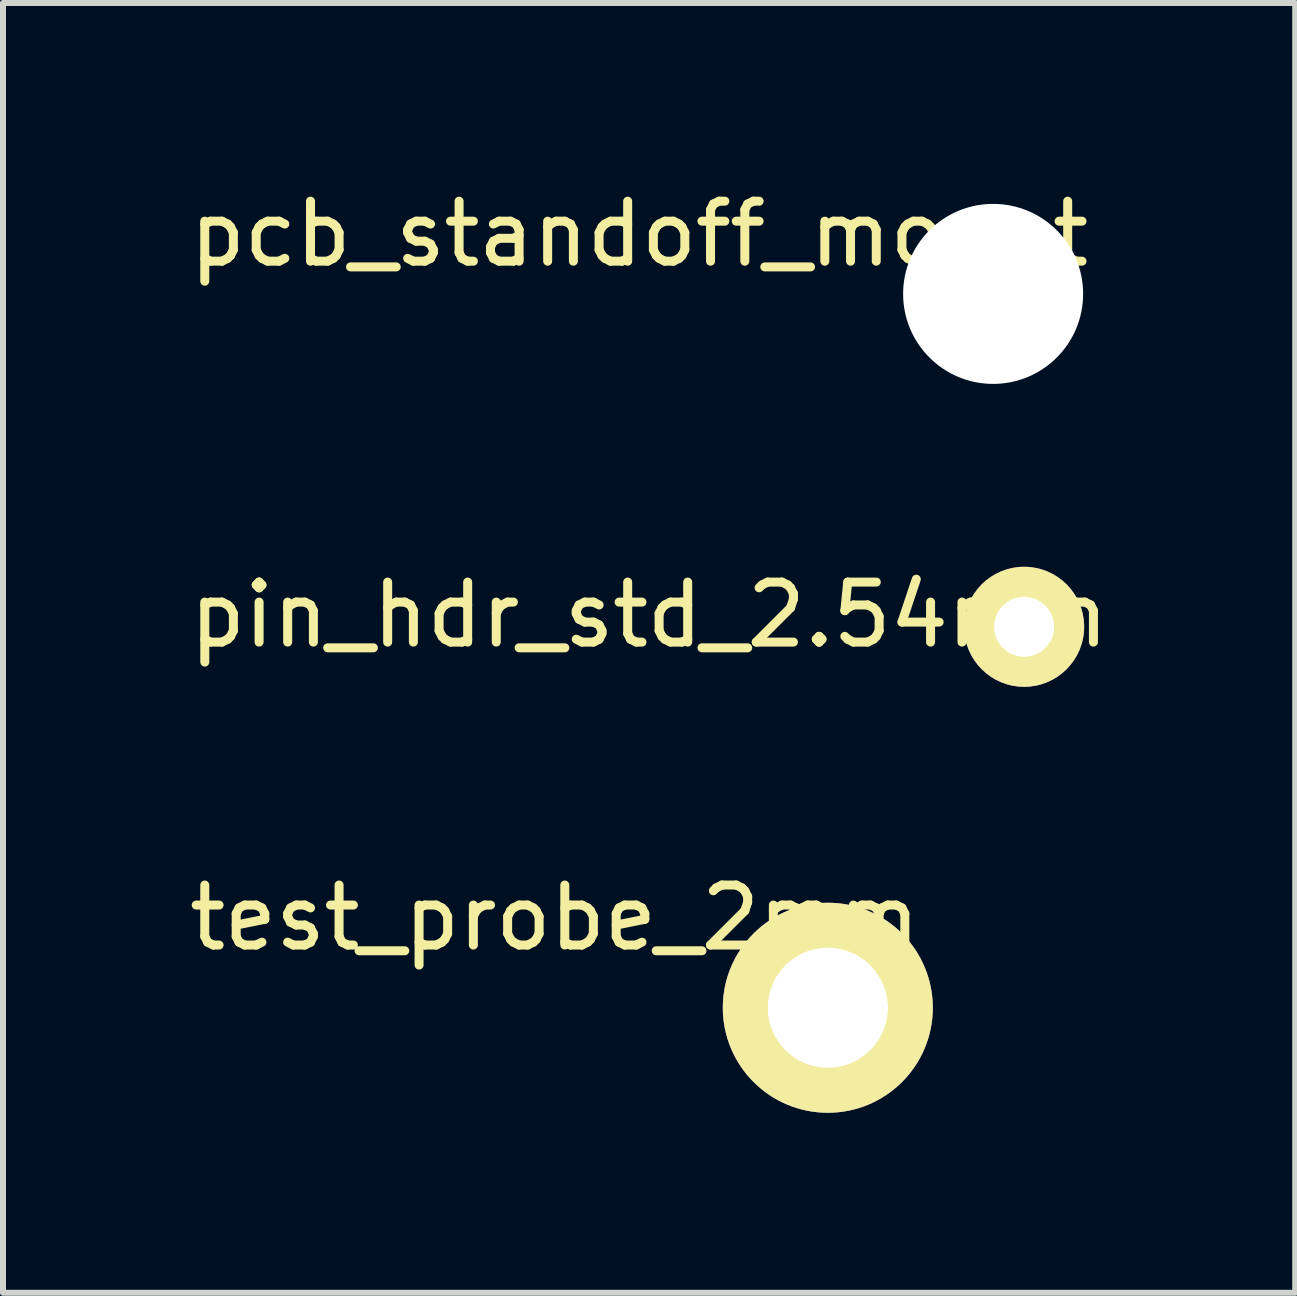
<source format=kicad_pcb>
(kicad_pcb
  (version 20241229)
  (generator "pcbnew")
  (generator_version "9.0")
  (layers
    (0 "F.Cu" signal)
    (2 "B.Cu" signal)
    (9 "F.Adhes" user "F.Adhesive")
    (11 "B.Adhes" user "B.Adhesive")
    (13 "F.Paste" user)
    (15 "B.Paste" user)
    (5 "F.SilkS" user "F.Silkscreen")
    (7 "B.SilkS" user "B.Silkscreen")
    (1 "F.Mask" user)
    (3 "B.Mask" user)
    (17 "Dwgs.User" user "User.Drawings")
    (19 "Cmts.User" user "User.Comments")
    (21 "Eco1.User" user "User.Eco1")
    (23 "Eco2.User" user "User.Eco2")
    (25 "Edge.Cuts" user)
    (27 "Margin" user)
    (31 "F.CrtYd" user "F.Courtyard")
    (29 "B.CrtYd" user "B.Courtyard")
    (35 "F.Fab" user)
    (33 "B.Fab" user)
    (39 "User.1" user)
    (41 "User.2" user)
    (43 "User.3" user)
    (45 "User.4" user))
  (footprint "test_probe_2mm"
    (layer "F.Cu")
    (at 10.746 13.745)
    (property "Reference" "test_probe_2mm" (at -4.55 -1.5 0) (layer "F.SilkS") (effects (font (size 1 1) (thickness 0.15))))
    (attr through_hole)
    (pad "1" thru_hole circle (at 0 0) (size 3.5 3.5) (drill 2) (layers "*.Cu" "*.Mask" "F.SilkS")))
  (footprint "pin_hdr_std_2.54mm"
    (layer "F.Cu")
    (at 14.018 7.396)
    (property "Reference" "pin_hdr_std_2.54mm" (at -6.25 -0.2 0) (layer "F.SilkS") (effects (font (size 1 1) (thickness 0.15))))
    (attr through_hole)
    (pad "1" thru_hole circle (at 0 0) (size 2 2) (drill 1) (layers "*.Cu" "*.Mask" "F.SilkS")))
  (footprint "pcb_standoff_mount"
    (layer "F.Cu")
    (at 13.501 1.848)
    (property "Reference" "pcb_standoff_mount" (at -5.9 -1 0) (layer "F.SilkS") (effects (font (size 1 1) (thickness 0.15))))
    (attr through_hole)
    (pad "" np_thru_hole circle (at 0 0) (size 3 3) (drill 3) (layers "*.Cu" "*.Mask")))
  (gr_rect
    (start -3 -3)
    (end 18.536 18.495)
    (stroke (width 0.1) (type default))
    (fill no)
    (layer "Edge.Cuts")))
</source>
